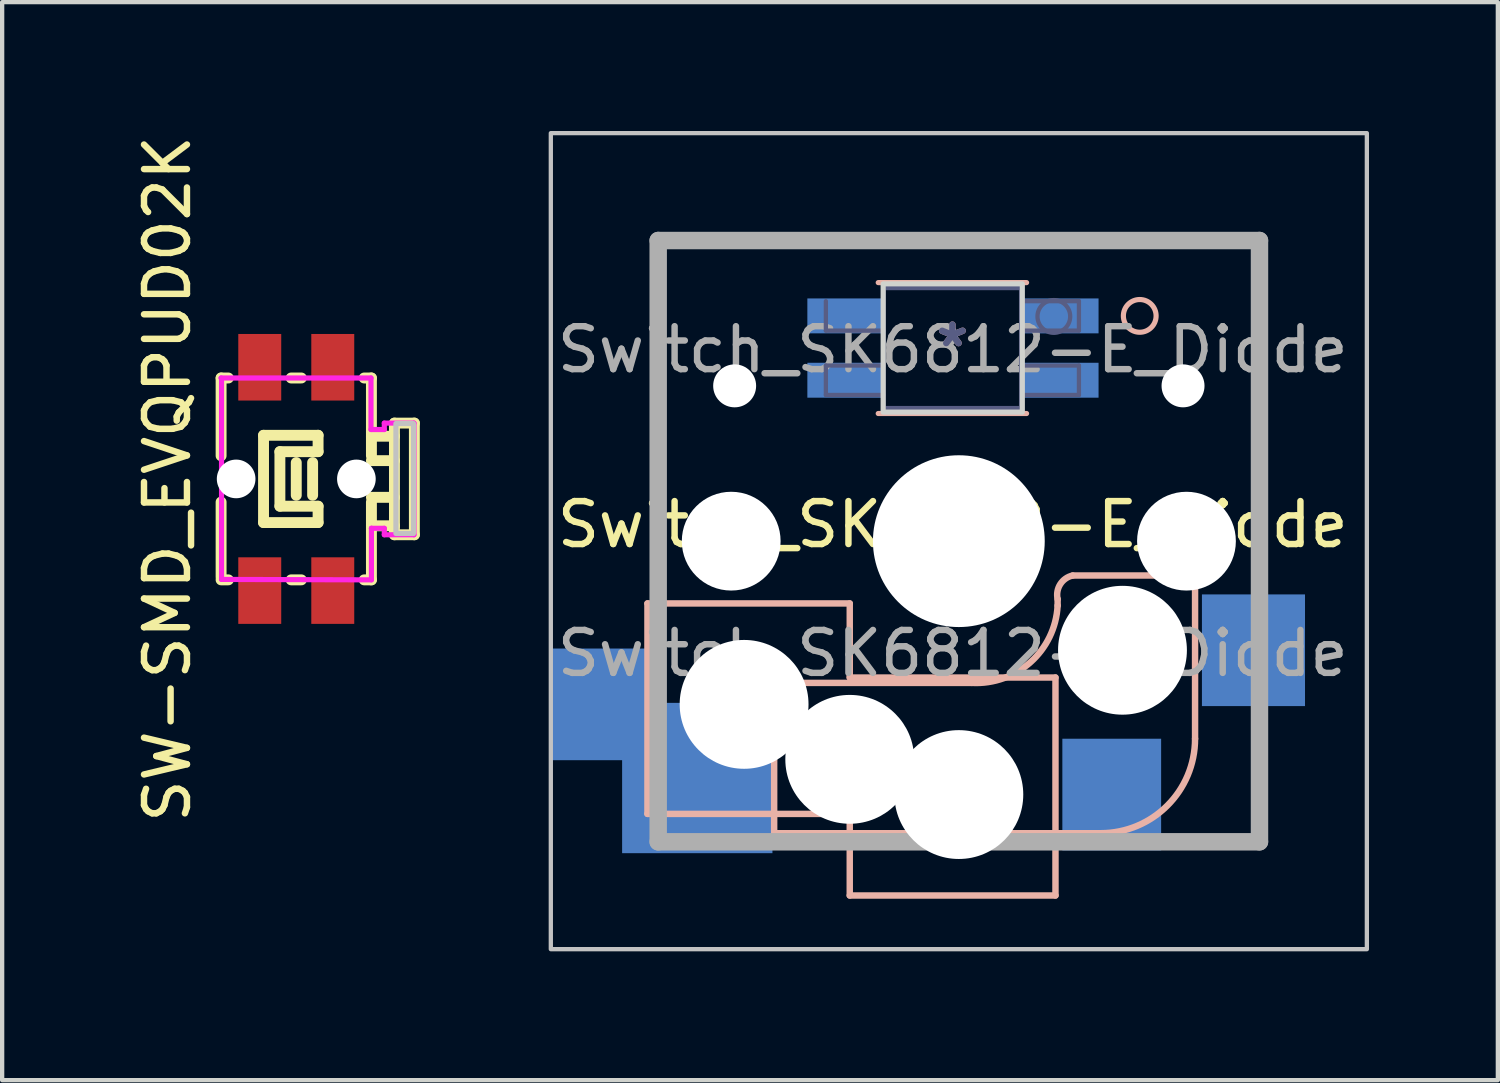
<source format=kicad_pcb>
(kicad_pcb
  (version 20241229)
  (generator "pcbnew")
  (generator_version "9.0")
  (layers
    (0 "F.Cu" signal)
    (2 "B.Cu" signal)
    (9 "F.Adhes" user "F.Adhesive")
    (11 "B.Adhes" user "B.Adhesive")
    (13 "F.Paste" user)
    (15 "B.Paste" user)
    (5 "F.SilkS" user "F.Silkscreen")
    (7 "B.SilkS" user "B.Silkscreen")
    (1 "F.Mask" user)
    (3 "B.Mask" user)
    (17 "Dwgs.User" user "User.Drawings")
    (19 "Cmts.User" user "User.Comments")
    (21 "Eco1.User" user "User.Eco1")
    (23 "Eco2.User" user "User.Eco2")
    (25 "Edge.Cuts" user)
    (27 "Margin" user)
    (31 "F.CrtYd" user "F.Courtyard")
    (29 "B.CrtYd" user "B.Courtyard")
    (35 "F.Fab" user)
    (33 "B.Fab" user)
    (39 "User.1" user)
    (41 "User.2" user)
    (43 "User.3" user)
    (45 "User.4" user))
  (footprint "SW-SMD_EVQPUD02K"
    (layer "F.Cu")
    (at 3.848 8.101)
    (property "Reference" "SW-SMD_EVQPUD02K" (at -3 0 90) (layer "F.SilkS") (effects (font (size 1 1) (thickness 0.15))))
    (attr through_hole)
    (fp_line (start -1.75 -2.35) (end -1.75 -0.539) (stroke (width 0.254) (type solid)) (layer "F.SilkS"))
    (fp_line (start -1.75 0.539) (end -1.75 2.286) (stroke (width 0.254) (type solid)) (layer "F.SilkS"))
    (fp_line (start -1.75 2.35) (end -1.581 2.35) (stroke (width 0.254) (type solid)) (layer "F.SilkS"))
    (fp_line (start -1.581 -2.35) (end -1.75 -2.35) (stroke (width 0.254) (type solid)) (layer "F.SilkS"))
    (fp_line (start -0.762 -1.016) (end 0.508 -1.016) (stroke (width 0.254) (type solid)) (layer "F.SilkS"))
    (fp_line (start -0.762 1.016) (end -0.762 -1.016) (stroke (width 0.254) (type solid)) (layer "F.SilkS"))
    (fp_line (start -0.381 -0.635) (end 0.508 -0.635) (stroke (width 0.254) (type solid)) (layer "F.SilkS"))
    (fp_line (start -0.381 0.635) (end -0.381 -0.635) (stroke (width 0.254) (type solid)) (layer "F.SilkS"))
    (fp_line (start -0.119 2.35) (end 0.119 2.35) (stroke (width 0.254) (type solid)) (layer "F.SilkS"))
    (fp_line (start 0 0.381) (end 0 -0.381) (stroke (width 0.254) (type solid)) (layer "F.SilkS"))
    (fp_line (start 0.119 -2.35) (end -0.119 -2.35) (stroke (width 0.254) (type solid)) (layer "F.SilkS"))
    (fp_line (start 0.381 0.381) (end 0.381 -0.381) (stroke (width 0.254) (type solid)) (layer "F.SilkS"))
    (fp_line (start 0.508 -0.635) (end 0.508 -1.016) (stroke (width 0.254) (type solid)) (layer "F.SilkS"))
    (fp_line (start 0.508 0.635) (end -0.381 0.635) (stroke (width 0.254) (type solid)) (layer "F.SilkS"))
    (fp_line (start 0.508 1.016) (end -0.762 1.016) (stroke (width 0.254) (type solid)) (layer "F.SilkS"))
    (fp_line (start 0.508 1.016) (end 0.508 0.635) (stroke (width 0.254) (type solid)) (layer "F.SilkS"))
    (fp_line (start 1.581 2.35) (end 1.75 2.35) (stroke (width 0.254) (type solid)) (layer "F.SilkS"))
    (fp_line (start 1.75 -2.35) (end 1.581 -2.35) (stroke (width 0.254) (type solid)) (layer "F.SilkS"))
    (fp_line (start 1.75 -2.35) (end 1.75 -0.539) (stroke (width 0.254) (type solid)) (layer "F.SilkS"))
    (fp_line (start 1.75 0.539) (end 1.75 2.35) (stroke (width 0.254) (type solid)) (layer "F.SilkS"))
    (fp_line (start 2.286 -0.994) (end 1.75 -0.994) (stroke (width 0.254) (type solid)) (layer "F.SilkS"))
    (fp_line (start 2.286 -0.426) (end 1.75 -0.426) (stroke (width 0.254) (type solid)) (layer "F.SilkS"))
    (fp_line (start 2.286 0.429) (end 1.75 0.429) (stroke (width 0.254) (type solid)) (layer "F.SilkS"))
    (fp_line (start 2.286 1.091) (end 1.75 1.091) (stroke (width 0.254) (type solid)) (layer "F.SilkS"))
    (fp_line (start 2.286 1.3) (end 2.286 -1.3) (stroke (width 0.254) (type solid)) (layer "F.SilkS"))
    (fp_line (start 2.75 -1.3) (end 2.286 -1.3) (stroke (width 0.254) (type solid)) (layer "F.SilkS"))
    (fp_line (start 2.75 1.3) (end 2.286 1.3) (stroke (width 0.254) (type solid)) (layer "F.SilkS"))
    (fp_line (start 2.75 1.3) (end 2.75 -1.3) (stroke (width 0.254) (type solid)) (layer "F.SilkS"))
    (fp_circle (center -1.4 0) (end -1.237 0) (stroke (width 0.325) (type solid)) (fill no) (layer "Dwgs.User"))
    (fp_circle (center 1.4 0) (end 1.563 0) (stroke (width 0.325) (type solid)) (fill no) (layer "Dwgs.User"))
    (fp_poly (pts (xy 2.73 -1.29) (xy 2.73 1.27) (xy 2.32 1.27) (xy 2.32 -1.29) (xy 2.73 -1.29)) (stroke (width 0.12) (type solid)) (fill no) (layer "Dwgs.User"))
    (fp_circle (center -1.75 -3.2) (end -1.72 -3.2) (stroke (width 0.06) (type solid)) (fill no) (layer "Eco2.User"))
    (fp_poly (pts (xy -0.55 -1.85) (xy -1.15 -1.85) (xy -1.15 -3.2) (xy -0.55 -3.2)) (stroke (width 0.12) (type solid)) (fill no) (layer "Eco2.User"))
    (fp_poly (pts (xy -0.55 3.2) (xy -1.15 3.2) (xy -1.15 1.85) (xy -0.55 1.85)) (stroke (width 0.12) (type solid)) (fill no) (layer "Eco2.User"))
    (fp_poly (pts (xy 1.15 -1.85) (xy 0.55 -1.85) (xy 0.55 -3.2) (xy 1.15 -3.2)) (stroke (width 0.12) (type solid)) (fill no) (layer "Eco2.User"))
    (fp_poly (pts (xy 1.15 3.2) (xy 0.55 3.2) (xy 0.55 1.85) (xy 1.15 1.85)) (stroke (width 0.12) (type solid)) (fill no) (layer "Eco2.User"))
    (fp_line (start -1.75 -2.35) (end 1.74 -2.35) (stroke (width 0.12) (type solid)) (layer "F.CrtYd"))
    (fp_line (start -1.74 -2.34) (end -1.75 -2.35) (stroke (width 0.12) (type solid)) (layer "F.CrtYd"))
    (fp_line (start -1.74 2.34) (end -1.74 -2.34) (stroke (width 0.12) (type solid)) (layer "F.CrtYd"))
    (fp_line (start 1.74 -2.35) (end 1.74 -1.15) (stroke (width 0.12) (type solid)) (layer "F.CrtYd"))
    (fp_line (start 1.74 -1.15) (end 2.05 -1.15) (stroke (width 0.12) (type solid)) (layer "F.CrtYd"))
    (fp_line (start 1.75 1.15) (end 1.75 1.15) (stroke (width 0.12) (type solid)) (layer "F.CrtYd"))
    (fp_line (start 1.75 1.15) (end 1.75 2.35) (stroke (width 0.12) (type solid)) (layer "F.CrtYd"))
    (fp_line (start 1.75 2.35) (end -1.74 2.34) (stroke (width 0.12) (type solid)) (layer "F.CrtYd"))
    (fp_line (start 2.05 -1.3) (end 2.74 -1.3) (stroke (width 0.12) (type solid)) (layer "F.CrtYd"))
    (fp_line (start 2.05 -1.15) (end 2.05 -1.3) (stroke (width 0.12) (type solid)) (layer "F.CrtYd"))
    (fp_line (start 2.05 1.15) (end 1.75 1.15) (stroke (width 0.12) (type solid)) (layer "F.CrtYd"))
    (fp_line (start 2.05 1.3) (end 2.05 1.15) (stroke (width 0.12) (type solid)) (layer "F.CrtYd"))
    (fp_line (start 2.74 -1.3) (end 2.74 1.3) (stroke (width 0.12) (type solid)) (layer "F.CrtYd"))
    (fp_line (start 2.74 1.3) (end 2.05 1.3) (stroke (width 0.12) (type solid)) (layer "F.CrtYd"))
    (pad "" np_thru_hole circle (at -1.4 0) (size 0.9 0.9) (drill 0.9) (layers "*.Cu" "*.Mask"))
    (pad "" np_thru_hole circle (at 1.4 0) (size 0.9 0.9) (drill 0.9) (layers "*.Cu" "*.Mask"))
    (pad "1" smd rect (at -0.85 -2.6 180) (size 1 1.55) (layers "F.Cu" "F.Mask" "F.Paste"))
    (pad "2" smd rect (at 0.85 -2.6 180) (size 1 1.55) (layers "F.Cu" "F.Mask" "F.Paste"))
    (pad "3" smd rect (at -0.85 2.6 180) (size 1 1.55) (layers "F.Cu" "F.Mask" "F.Paste"))
    (pad "4" smd rect (at 0.85 2.6 180) (size 1 1.55) (layers "F.Cu" "F.Mask" "F.Paste")))
  (footprint "Switch_SK6812-E_Diode"
    (layer "F.Cu")
    (at 19.275 9.55)
    (property "Reference" "Switch_SK6812-E_Diode" (at -0.142 -0.388 0) (unlocked yes) (layer "F.SilkS") (effects (font (size 1 1) (thickness 0.15))))
    (attr smd)
    (fp_line (start -7.25 1.45) (end -7.25 6.35) (stroke (width 0.15) (type solid)) (layer "B.SilkS"))
    (fp_line (start -7.25 6.35) (end -2.54 6.35) (stroke (width 0.15) (type solid)) (layer "B.SilkS"))
    (fp_line (start -4.3 6.8) (end -4.3 3.85) (stroke (width 0.15) (type solid)) (layer "B.SilkS"))
    (fp_line (start -3.7 3.3) (end 0.3 3.3) (stroke (width 0.15) (type solid)) (layer "B.SilkS"))
    (fp_line (start -2.54 1.45) (end -7.25 1.45) (stroke (width 0.15) (type solid)) (layer "B.SilkS"))
    (fp_line (start -2.54 3.175) (end -2.54 1.45) (stroke (width 0.15) (type solid)) (layer "B.SilkS"))
    (fp_line (start -2.54 6.35) (end -2.54 8.25) (stroke (width 0.15) (type solid)) (layer "B.SilkS"))
    (fp_line (start -2.54 8.25) (end 2.25 8.25) (stroke (width 0.15) (type solid)) (layer "B.SilkS"))
    (fp_line (start -1.877 -2.972) (end 1.577 -2.972) (stroke (width 0.12) (type solid)) (layer "B.SilkS"))
    (fp_line (start 1.577 -6.02) (end -1.877 -6.02) (stroke (width 0.12) (type solid)) (layer "B.SilkS"))
    (fp_line (start 2.25 3.175) (end -2.54 3.175) (stroke (width 0.15) (type solid)) (layer "B.SilkS"))
    (fp_line (start 2.25 8.25) (end 2.25 3.175) (stroke (width 0.15) (type solid)) (layer "B.SilkS"))
    (fp_line (start 2.3 1.5) (end 2.3 1.35) (stroke (width 0.15) (type solid)) (layer "B.SilkS"))
    (fp_line (start 2.65 0.8) (end 5.5 0.8) (stroke (width 0.15) (type solid)) (layer "B.SilkS"))
    (fp_line (start 3.3 6.8) (end -4.3 6.8) (stroke (width 0.15) (type solid)) (layer "B.SilkS"))
    (fp_line (start 5.5 0.8) (end 5.5 4.6) (stroke (width 0.15) (type solid)) (layer "B.SilkS"))
    (fp_arc (start -4.3 3.85) (mid -4.113909 3.450736) (end -3.7 3.3) (stroke (width 0.15) (type solid)) (layer "B.SilkS"))
    (fp_arc (start 2.299999 1.499999) (mid 1.672792 2.814212) (end 0.3 3.3) (stroke (width 0.15) (type solid)) (layer "B.SilkS"))
    (fp_arc (start 2.3 1.35) (mid 2.361091 1.002513) (end 2.65 0.8) (stroke (width 0.15) (type solid)) (layer "B.SilkS"))
    (fp_arc (start 5.5 4.6) (mid 4.855635 6.155635) (end 3.3 6.8) (stroke (width 0.15) (type solid)) (layer "B.SilkS"))
    (fp_circle (center 4.212 -5.245) (end 4.593 -5.245) (stroke (width 0.12) (type solid)) (fill no) (layer "B.SilkS"))
    (fp_rect (start -9.5 -9.5) (end 9.5 9.5) (stroke (width 0.1) (type default)) (fill no) (layer "Dwgs.User"))
    (fp_rect (start -1.762 -5.991) (end 1.478 -3.005) (stroke (width 0.12) (type solid)) (fill no) (layer "Edge.Cuts"))
    (fp_line (start -3.096 -4.902) (end -3.096 -5.588) (stroke (width 0.1) (type solid)) (layer "B.Fab"))
    (fp_line (start -3.096 -4.089) (end -1.75 -4.089) (stroke (width 0.1) (type solid)) (layer "B.Fab"))
    (fp_line (start -3.096 -3.404) (end -3.096 -4.089) (stroke (width 0.1) (type solid)) (layer "B.Fab"))
    (fp_line (start -1.75 -5.893) (end 1.45 -5.893) (stroke (width 0.1) (type solid)) (layer "B.Fab"))
    (fp_line (start -1.75 -4.902) (end -3.096 -4.902) (stroke (width 0.1) (type solid)) (layer "B.Fab"))
    (fp_line (start -1.75 -3.404) (end -3.096 -3.404) (stroke (width 0.1) (type solid)) (layer "B.Fab"))
    (fp_line (start -1.75 -3.099) (end -1.75 -5.893) (stroke (width 0.1) (type solid)) (layer "B.Fab"))
    (fp_line (start 1.45 -5.893) (end 1.45 -3.099) (stroke (width 0.1) (type solid)) (layer "B.Fab"))
    (fp_line (start 1.45 -5.588) (end 2.796 -5.588) (stroke (width 0.1) (type solid)) (layer "B.Fab"))
    (fp_line (start 1.45 -4.089) (end 2.796 -4.089) (stroke (width 0.1) (type solid)) (layer "B.Fab"))
    (fp_line (start 1.45 -3.099) (end -1.75 -3.099) (stroke (width 0.1) (type solid)) (layer "B.Fab"))
    (fp_line (start 2.796 -5.588) (end 2.796 -4.902) (stroke (width 0.1) (type solid)) (layer "B.Fab"))
    (fp_line (start 2.796 -4.902) (end 1.45 -4.902) (stroke (width 0.1) (type solid)) (layer "B.Fab"))
    (fp_line (start 2.796 -4.089) (end 2.796 -3.404) (stroke (width 0.1) (type solid)) (layer "B.Fab"))
    (fp_line (start 2.796 -3.404) (end 1.45 -3.404) (stroke (width 0.1) (type solid)) (layer "B.Fab"))
    (fp_circle (center 2.212 -5.232) (end 1.831 -5.232) (stroke (width 0.1) (type solid)) (fill no) (layer "B.Fab"))
    (fp_line (start -7 -7) (end 7 -7) (stroke (width 0.406) (type solid)) (layer "F.Fab"))
    (fp_line (start -7 7) (end -7 -7) (stroke (width 0.406) (type solid)) (layer "F.Fab"))
    (fp_line (start 7 -7) (end 7 7) (stroke (width 0.406) (type solid)) (layer "F.Fab"))
    (fp_line (start 7 7) (end -7 7) (stroke (width 0.406) (type solid)) (layer "F.Fab"))
    (fp_text user "*" (at -0.15 -4.496 0) (layer "B.SilkS") (effects (font (size 1 1) (thickness 0.15)) (justify mirror)))
    (fp_text user "*" (at -0.15 -4.496 0) (layer "B.Fab") (effects (font (size 1 1) (thickness 0.15)) (justify mirror)))
    (fp_text user "${REFERENCE}" (at -0.142 2.612 0) (unlocked yes) (layer "F.Fab") (effects (font (size 1 1) (thickness 0.15))))
    (fp_text user "${REFERENCE}" (at -0.142 -4.46 0) (unlocked yes) (layer "F.Fab") (effects (font (size 1 1) (thickness 0.15))))
    (pad "" np_thru_hole circle (at -5.3 0) (size 2.3 2.3) (drill 2.3) (layers "*.Cu" "*.Mask"))
    (pad "" np_thru_hole circle (at -5.22 -3.616) (size 1 1) (drill 1) (layers "*.Cu" "*.Mask"))
    (pad "" np_thru_hole circle (at -5 3.8) (size 3 3) (drill 3) (layers "*.Cu" "*.Mask"))
    (pad "" np_thru_hole circle (at -2.54 5.08) (size 3 3) (drill 3) (layers "*.Cu" "*.Mask"))
    (pad "" np_thru_hole circle (at 0 0) (size 4 4) (drill 4) (layers "*.Cu" "*.Mask"))
    (pad "" np_thru_hole circle (at 0 5.9) (size 3 3) (drill 3) (layers "*.Cu" "*.Mask"))
    (pad "" np_thru_hole circle (at 3.81 2.54) (size 3 3) (drill 3) (layers "*.Cu" "*.Mask"))
    (pad "" np_thru_hole circle (at 5.22 -3.616) (size 1 1) (drill 1) (layers "*.Cu" "*.Mask"))
    (pad "" np_thru_hole circle (at 5.3 0) (size 2.3 2.3) (drill 2.3) (layers "*.Cu" "*.Mask"))
    (pad "+1" smd rect (at 2.378 -5.245) (size 1.75 0.813) (layers "B.Cu" "B.Mask" "B.Paste"))
    (pad "CHOC1" smd rect (at -8.34 3.8) (size 2.3 2.6) (layers "B.Cu" "B.Mask" "B.Paste"))
    (pad "CHOC2" smd rect (at 3.56 5.9) (size 2.3 2.6) (layers "B.Cu" "B.Mask" "B.Paste"))
    (pad "DI1" smd rect (at -2.652 -5.245) (size 1.75 0.813) (layers "B.Cu" "B.Mask" "B.Paste"))
    (pad "DO1" smd rect (at 2.378 -3.747) (size 1.75 0.813) (layers "B.Cu" "B.Mask" "B.Paste"))
    (pad "GND" smd rect (at -2.652 -3.747) (size 1.75 0.813) (layers "B.Cu" "B.Mask" "B.Paste"))
    (pad "MX1" smd rect (at -6.09 5.515) (size 3.5 3.5) (layers "B.Cu" "B.Mask" "B.Paste"))
    (pad "MX2" smd rect (at 6.86 2.54) (size 2.4 2.6) (layers "B.Cu" "B.Mask" "B.Paste")))
  (gr_rect
    (start -3 -3)
    (end 31.825 22.1)
    (stroke (width 0.1) (type default))
    (fill no)
    (layer "Edge.Cuts")))
</source>
